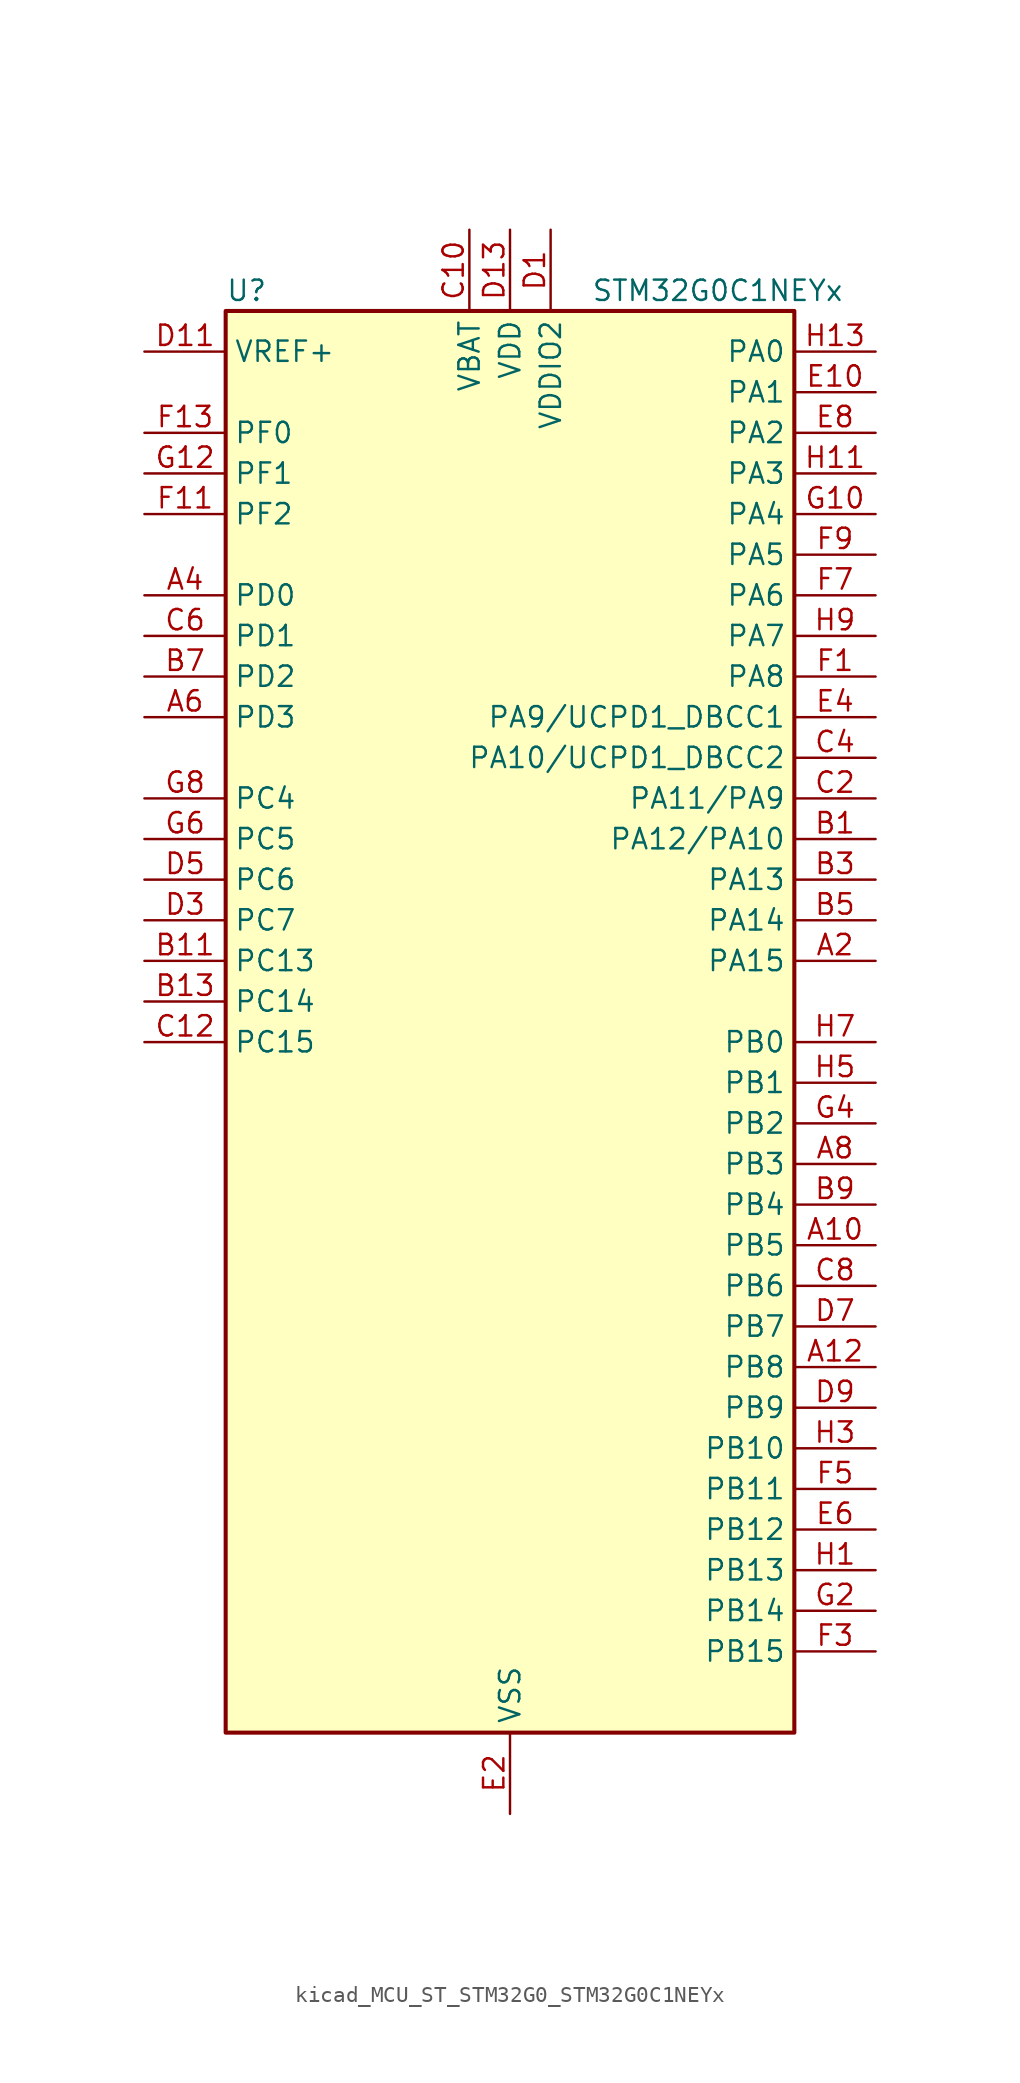
<source format=kicad_sym>
(kicad_symbol_lib
  (version 20220914)
  (generator kicad_symbol_editor)
  (symbol "kicad_MCU_ST_STM32G0_STM32G0C1NEYx"
    (property "Reference" "U"
      (at -17.78 46.99 0)
      (effects (font (size 1.27 1.27)) (justify left)))
    (property "Value" "STM32G0C1NEYx"
      (at 5.08 46.99 0)
      (effects (font (size 1.27 1.27)) (justify left)))
    (property "ki_locked" ""
      (at 0 0 0)
      (effects (font (size 1.27 1.27))))
    (symbol "kicad_MCU_ST_STM32G0_STM32G0C1NEYx_0_1"
      (rectangle (start -17.78 -43.18) (end 17.78 45.72) (stroke (width 0.254) (type default)) (fill (type background))))
    (symbol "kicad_MCU_ST_STM32G0_STM32G0C1NEYx_1_1"
      (pin bidirectional line (at 22.86 -12.7 180) (length 5.08) (name "PB5" (effects (font (size 1.27 1.27)))) (number "A10" (effects (font (size 1.27 1.27)))) (alternate "COMP2_OUT" bidirectional line) (alternate "FDCAN2_RX" bidirectional line) (alternate "I2C1_SMBA" bidirectional line) (alternate "I2S1_SD" bidirectional line) (alternate "LPTIM1_IN1" bidirectional line) (alternate "SPI1_MOSI" bidirectional line) (alternate "SPI3_MOSI" bidirectional line) (alternate "SYS_WKUP6" bidirectional line) (alternate "TIM16_BK" bidirectional line) (alternate "TIM3_CH2" bidirectional line) (alternate "USART5_CK" bidirectional line) (alternate "USART5_DE" bidirectional line) (alternate "USART5_RTS" bidirectional line))
      (pin bidirectional line (at 22.86 -20.32 180) (length 5.08) (name "PB8" (effects (font (size 1.27 1.27)))) (number "A12" (effects (font (size 1.27 1.27)))) (alternate "CEC" bidirectional line) (alternate "FDCAN1_RX" bidirectional line) (alternate "I2C1_SCL" bidirectional line) (alternate "I2S2_CK" bidirectional line) (alternate "SPI2_SCK" bidirectional line) (alternate "TIM15_BK" bidirectional line) (alternate "TIM16_CH1" bidirectional line) (alternate "TIM4_CH3" bidirectional line) (alternate "USART3_TX" bidirectional line) (alternate "USART6_TX" bidirectional line))
      (pin bidirectional line (at 22.86 5.08 180) (length 5.08) (name "PA15" (effects (font (size 1.27 1.27)))) (number "A2" (effects (font (size 1.27 1.27)))) (alternate "I2C2_SMBA" bidirectional line) (alternate "I2S1_WS" bidirectional line) (alternate "RCC_MCO_2" bidirectional line) (alternate "SPI1_NSS" bidirectional line) (alternate "SPI3_NSS" bidirectional line) (alternate "TIM2_CH1" bidirectional line) (alternate "TIM2_ETR" bidirectional line) (alternate "USART2_RX" bidirectional line) (alternate "USART3_CK" bidirectional line) (alternate "USART3_DE" bidirectional line) (alternate "USART3_RTS" bidirectional line) (alternate "USART4_CK" bidirectional line) (alternate "USART4_DE" bidirectional line) (alternate "USART4_RTS" bidirectional line) (alternate "USB_NOE" bidirectional line))
      (pin bidirectional line (at -22.86 27.94 0) (length 5.08) (name "PD0" (effects (font (size 1.27 1.27)))) (number "A4" (effects (font (size 1.27 1.27)))) (alternate "FDCAN1_RX" bidirectional line) (alternate "I2S2_WS" bidirectional line) (alternate "SPI2_NSS" bidirectional line) (alternate "TIM16_CH1" bidirectional line) (alternate "UCPD2_CC1" bidirectional line))
      (pin bidirectional line (at -22.86 20.32 0) (length 5.08) (name "PD3" (effects (font (size 1.27 1.27)))) (number "A6" (effects (font (size 1.27 1.27)))) (alternate "I2S2_MCK" bidirectional line) (alternate "SPI2_MISO" bidirectional line) (alternate "TIM1_CH2N" bidirectional line) (alternate "UCPD2_DBCC2" bidirectional line) (alternate "USART2_CTS" bidirectional line) (alternate "USART2_NSS" bidirectional line) (alternate "USART5_TX" bidirectional line))
      (pin bidirectional line (at 22.86 -7.62 180) (length 5.08) (name "PB3" (effects (font (size 1.27 1.27)))) (number "A8" (effects (font (size 1.27 1.27)))) (alternate "COMP2_INM" bidirectional line) (alternate "I2C2_SCL" bidirectional line) (alternate "I2C3_SCL" bidirectional line) (alternate "I2S1_CK" bidirectional line) (alternate "SPI1_SCK" bidirectional line) (alternate "SPI3_SCK" bidirectional line) (alternate "TIM1_CH2" bidirectional line) (alternate "TIM2_CH2" bidirectional line) (alternate "USART1_CK" bidirectional line) (alternate "USART1_DE" bidirectional line) (alternate "USART1_RTS" bidirectional line) (alternate "USART5_TX" bidirectional line))
      (pin bidirectional line (at 22.86 12.7 180) (length 5.08) (name "PA12/PA10" (effects (font (size 1.27 1.27)))) (number "B1" (effects (font (size 1.27 1.27)))) (alternate "COMP2_OUT" bidirectional line) (alternate "FDCAN1_TX" bidirectional line) (alternate "I2C2_SDA" bidirectional line) (alternate "I2S1_SD" bidirectional line) (alternate "I2S_CKIN" bidirectional line) (alternate "SPI1_MOSI" bidirectional line) (alternate "TIM1_ETR" bidirectional line) (alternate "USART1_CK" bidirectional line) (alternate "USART1_DE" bidirectional line) (alternate "USART1_RTS" bidirectional line) (alternate "USB_DP" bidirectional line))
      (pin bidirectional line (at -22.86 5.08 0) (length 5.08) (name "PC13" (effects (font (size 1.27 1.27)))) (number "B11" (effects (font (size 1.27 1.27)))) (alternate "RTC_OUT1" bidirectional line) (alternate "RTC_TAMP_IN1" bidirectional line) (alternate "RTC_TS" bidirectional line) (alternate "SYS_WKUP2" bidirectional line) (alternate "TIM1_BK" bidirectional line))
      (pin bidirectional line (at -22.86 2.54 0) (length 5.08) (name "PC14" (effects (font (size 1.27 1.27)))) (number "B13" (effects (font (size 1.27 1.27)))) (alternate "RCC_OSC32_IN" bidirectional line) (alternate "TIM1_BK2" bidirectional line))
      (pin bidirectional line (at 22.86 10.16 180) (length 5.08) (name "PA13" (effects (font (size 1.27 1.27)))) (number "B3" (effects (font (size 1.27 1.27)))) (alternate "IR_OUT" bidirectional line) (alternate "LPUART2_RX" bidirectional line) (alternate "SYS_SWDIO" bidirectional line) (alternate "USB_NOE" bidirectional line))
      (pin bidirectional line (at 22.86 7.62 180) (length 5.08) (name "PA14" (effects (font (size 1.27 1.27)))) (number "B5" (effects (font (size 1.27 1.27)))) (alternate "LPUART2_TX" bidirectional line) (alternate "SYS_SWCLK" bidirectional line) (alternate "USART2_TX" bidirectional line))
      (pin bidirectional line (at -22.86 22.86 0) (length 5.08) (name "PD2" (effects (font (size 1.27 1.27)))) (number "B7" (effects (font (size 1.27 1.27)))) (alternate "TIM1_CH1N" bidirectional line) (alternate "TIM3_ETR" bidirectional line) (alternate "UCPD2_CC2" bidirectional line) (alternate "USART3_CK" bidirectional line) (alternate "USART3_DE" bidirectional line) (alternate "USART3_RTS" bidirectional line) (alternate "USART5_RX" bidirectional line))
      (pin bidirectional line (at 22.86 -10.16 180) (length 5.08) (name "PB4" (effects (font (size 1.27 1.27)))) (number "B9" (effects (font (size 1.27 1.27)))) (alternate "COMP2_INP" bidirectional line) (alternate "I2C2_SDA" bidirectional line) (alternate "I2C3_SDA" bidirectional line) (alternate "I2S1_MCK" bidirectional line) (alternate "SPI1_MISO" bidirectional line) (alternate "SPI3_MISO" bidirectional line) (alternate "TIM17_BK" bidirectional line) (alternate "TIM3_CH1" bidirectional line) (alternate "USART1_CTS" bidirectional line) (alternate "USART1_NSS" bidirectional line) (alternate "USART5_RX" bidirectional line))
      (pin power_in line (at -2.54 50.8 270) (length 5.08) (name "VBAT" (effects (font (size 1.27 1.27)))) (number "C10" (effects (font (size 1.27 1.27)))))
      (pin bidirectional line (at -22.86 0 0) (length 5.08) (name "PC15" (effects (font (size 1.27 1.27)))) (number "C12" (effects (font (size 1.27 1.27)))) (alternate "RCC_OSC32_EN" bidirectional line) (alternate "RCC_OSC32_OUT" bidirectional line) (alternate "RCC_OSC_EN" bidirectional line) (alternate "TIM15_BK" bidirectional line))
      (pin bidirectional line (at 22.86 15.24 180) (length 5.08) (name "PA11/PA9" (effects (font (size 1.27 1.27)))) (number "C2" (effects (font (size 1.27 1.27)))) (alternate "ADC1_EXTI11" bidirectional line) (alternate "COMP1_OUT" bidirectional line) (alternate "FDCAN1_RX" bidirectional line) (alternate "I2C2_SCL" bidirectional line) (alternate "I2S1_MCK" bidirectional line) (alternate "SPI1_MISO" bidirectional line) (alternate "TIM1_BK2" bidirectional line) (alternate "TIM1_CH4" bidirectional line) (alternate "USART1_CTS" bidirectional line) (alternate "USART1_NSS" bidirectional line) (alternate "USB_DM" bidirectional line))
      (pin bidirectional line (at 22.86 17.78 180) (length 5.08) (name "PA10/UCPD1_DBCC2" (effects (font (size 1.27 1.27)))) (number "C4" (effects (font (size 1.27 1.27)))) (alternate "I2C1_SDA" bidirectional line) (alternate "I2C2_SDA" bidirectional line) (alternate "I2S2_SD" bidirectional line) (alternate "RCC_MCO_2" bidirectional line) (alternate "SPI2_MOSI" bidirectional line) (alternate "TIM17_BK" bidirectional line) (alternate "TIM1_CH3" bidirectional line) (alternate "UCPD1_DBCC2" bidirectional line) (alternate "USART1_RX" bidirectional line))
      (pin bidirectional line (at -22.86 25.4 0) (length 5.08) (name "PD1" (effects (font (size 1.27 1.27)))) (number "C6" (effects (font (size 1.27 1.27)))) (alternate "FDCAN1_TX" bidirectional line) (alternate "I2S2_CK" bidirectional line) (alternate "SPI2_SCK" bidirectional line) (alternate "TIM17_CH1" bidirectional line) (alternate "UCPD2_DBCC1" bidirectional line))
      (pin bidirectional line (at 22.86 -15.24 180) (length 5.08) (name "PB6" (effects (font (size 1.27 1.27)))) (number "C8" (effects (font (size 1.27 1.27)))) (alternate "COMP2_INP" bidirectional line) (alternate "FDCAN2_TX" bidirectional line) (alternate "I2C1_SCL" bidirectional line) (alternate "I2S2_MCK" bidirectional line) (alternate "LPTIM1_ETR" bidirectional line) (alternate "LPUART2_TX" bidirectional line) (alternate "SPI2_MISO" bidirectional line) (alternate "TIM16_CH1N" bidirectional line) (alternate "TIM1_CH3" bidirectional line) (alternate "TIM4_CH1" bidirectional line) (alternate "USART1_TX" bidirectional line) (alternate "USART5_CTS" bidirectional line) (alternate "USART5_NSS" bidirectional line))
      (pin power_in line (at 2.54 50.8 270) (length 5.08) (name "VDDIO2" (effects (font (size 1.27 1.27)))) (number "D1" (effects (font (size 1.27 1.27)))))
      (pin input line (at -22.86 43.18 0) (length 5.08) (name "VREF+" (effects (font (size 1.27 1.27)))) (number "D11" (effects (font (size 1.27 1.27)))) (alternate "VREFBUF_OUT" bidirectional line))
      (pin power_in line (at 0 50.8 270) (length 5.08) (name "VDD" (effects (font (size 1.27 1.27)))) (number "D13" (effects (font (size 1.27 1.27)))))
      (pin bidirectional line (at -22.86 7.62 0) (length 5.08) (name "PC7" (effects (font (size 1.27 1.27)))) (number "D3" (effects (font (size 1.27 1.27)))) (alternate "LPUART2_RX" bidirectional line) (alternate "TIM2_CH4" bidirectional line) (alternate "TIM3_CH2" bidirectional line) (alternate "UCPD2_FRSTX1" bidirectional line) (alternate "UCPD2_FRSTX2" bidirectional line))
      (pin bidirectional line (at -22.86 10.16 0) (length 5.08) (name "PC6" (effects (font (size 1.27 1.27)))) (number "D5" (effects (font (size 1.27 1.27)))) (alternate "LPUART2_TX" bidirectional line) (alternate "TIM2_CH3" bidirectional line) (alternate "TIM3_CH1" bidirectional line) (alternate "UCPD1_FRSTX1" bidirectional line) (alternate "UCPD1_FRSTX2" bidirectional line))
      (pin bidirectional line (at 22.86 -17.78 180) (length 5.08) (name "PB7" (effects (font (size 1.27 1.27)))) (number "D7" (effects (font (size 1.27 1.27)))) (alternate "COMP2_INM" bidirectional line) (alternate "I2C1_SDA" bidirectional line) (alternate "I2S2_SD" bidirectional line) (alternate "LPTIM1_IN2" bidirectional line) (alternate "LPUART2_RX" bidirectional line) (alternate "SPI2_MOSI" bidirectional line) (alternate "SYS_PVD_IN" bidirectional line) (alternate "TIM17_CH1N" bidirectional line) (alternate "TIM4_CH2" bidirectional line) (alternate "USART1_RX" bidirectional line) (alternate "USART4_CTS" bidirectional line) (alternate "USART4_NSS" bidirectional line))
      (pin bidirectional line (at 22.86 -22.86 180) (length 5.08) (name "PB9" (effects (font (size 1.27 1.27)))) (number "D9" (effects (font (size 1.27 1.27)))) (alternate "DAC1_EXTI9" bidirectional line) (alternate "FDCAN1_TX" bidirectional line) (alternate "I2C1_SDA" bidirectional line) (alternate "I2S2_WS" bidirectional line) (alternate "IR_OUT" bidirectional line) (alternate "SPI2_NSS" bidirectional line) (alternate "TIM17_CH1" bidirectional line) (alternate "TIM4_CH4" bidirectional line) (alternate "UCPD2_FRSTX1" bidirectional line) (alternate "UCPD2_FRSTX2" bidirectional line) (alternate "USART3_RX" bidirectional line) (alternate "USART6_RX" bidirectional line))
      (pin bidirectional line (at 22.86 40.64 180) (length 5.08) (name "PA1" (effects (font (size 1.27 1.27)))) (number "E10" (effects (font (size 1.27 1.27)))) (alternate "ADC1_IN1" bidirectional line) (alternate "COMP1_INP" bidirectional line) (alternate "I2C1_SMBA" bidirectional line) (alternate "I2S1_CK" bidirectional line) (alternate "SPI1_SCK" bidirectional line) (alternate "TIM15_CH1N" bidirectional line) (alternate "TIM2_CH2" bidirectional line) (alternate "USART2_CK" bidirectional line) (alternate "USART2_DE" bidirectional line) (alternate "USART2_RTS" bidirectional line) (alternate "USART4_RX" bidirectional line))
      (pin passive line (at 0 -48.26 90) (length 5.08) hide (name "VSS" (effects (font (size 1.27 1.27)))) (number "E12" (effects (font (size 1.27 1.27)))))
      (pin power_in line (at 0 -48.26 90) (length 5.08) (name "VSS" (effects (font (size 1.27 1.27)))) (number "E2" (effects (font (size 1.27 1.27)))))
      (pin bidirectional line (at 22.86 20.32 180) (length 5.08) (name "PA9/UCPD1_DBCC1" (effects (font (size 1.27 1.27)))) (number "E4" (effects (font (size 1.27 1.27)))) (alternate "DAC1_EXTI9" bidirectional line) (alternate "I2C1_SCL" bidirectional line) (alternate "I2C2_SCL" bidirectional line) (alternate "I2S2_MCK" bidirectional line) (alternate "RCC_MCO" bidirectional line) (alternate "SPI2_MISO" bidirectional line) (alternate "TIM15_BK" bidirectional line) (alternate "TIM1_CH2" bidirectional line) (alternate "UCPD1_DBCC1" bidirectional line) (alternate "USART1_TX" bidirectional line))
      (pin bidirectional line (at 22.86 -30.48 180) (length 5.08) (name "PB12" (effects (font (size 1.27 1.27)))) (number "E6" (effects (font (size 1.27 1.27)))) (alternate "ADC1_IN16" bidirectional line) (alternate "FDCAN2_RX" bidirectional line) (alternate "I2C2_SMBA" bidirectional line) (alternate "I2S2_WS" bidirectional line) (alternate "LPUART1_DE" bidirectional line) (alternate "LPUART1_RTS" bidirectional line) (alternate "SPI2_NSS" bidirectional line) (alternate "TIM15_BK" bidirectional line) (alternate "TIM1_BK" bidirectional line) (alternate "UCPD2_FRSTX1" bidirectional line) (alternate "UCPD2_FRSTX2" bidirectional line))
      (pin bidirectional line (at 22.86 38.1 180) (length 5.08) (name "PA2" (effects (font (size 1.27 1.27)))) (number "E8" (effects (font (size 1.27 1.27)))) (alternate "ADC1_IN2" bidirectional line) (alternate "COMP2_INM" bidirectional line) (alternate "COMP2_OUT" bidirectional line) (alternate "I2S1_SD" bidirectional line) (alternate "LPUART1_TX" bidirectional line) (alternate "RCC_LSCO" bidirectional line) (alternate "SPI1_MOSI" bidirectional line) (alternate "SYS_WKUP4" bidirectional line) (alternate "TIM15_CH1" bidirectional line) (alternate "TIM2_CH3" bidirectional line) (alternate "UCPD1_FRSTX1" bidirectional line) (alternate "UCPD1_FRSTX2" bidirectional line) (alternate "USART2_TX" bidirectional line))
      (pin bidirectional line (at 22.86 22.86 180) (length 5.08) (name "PA8" (effects (font (size 1.27 1.27)))) (number "F1" (effects (font (size 1.27 1.27)))) (alternate "CRS1_SYNC" bidirectional line) (alternate "I2C2_SMBA" bidirectional line) (alternate "I2S2_WS" bidirectional line) (alternate "LPTIM2_OUT" bidirectional line) (alternate "RCC_MCO" bidirectional line) (alternate "SPI2_NSS" bidirectional line) (alternate "TIM1_CH1" bidirectional line) (alternate "UCPD1_CC1" bidirectional line))
      (pin bidirectional line (at -22.86 33.02 0) (length 5.08) (name "PF2" (effects (font (size 1.27 1.27)))) (number "F11" (effects (font (size 1.27 1.27)))) (alternate "LPUART2_DE" bidirectional line) (alternate "LPUART2_RTS" bidirectional line) (alternate "LPUART2_TX" bidirectional line) (alternate "RCC_MCO" bidirectional line))
      (pin bidirectional line (at -22.86 38.1 0) (length 5.08) (name "PF0" (effects (font (size 1.27 1.27)))) (number "F13" (effects (font (size 1.27 1.27)))) (alternate "CRS1_SYNC" bidirectional line) (alternate "RCC_OSC_IN" bidirectional line) (alternate "TIM14_CH1" bidirectional line))
      (pin bidirectional line (at 22.86 -38.1 180) (length 5.08) (name "PB15" (effects (font (size 1.27 1.27)))) (number "F3" (effects (font (size 1.27 1.27)))) (alternate "I2S2_SD" bidirectional line) (alternate "RTC_REFIN" bidirectional line) (alternate "SPI2_MOSI" bidirectional line) (alternate "TIM15_CH1N" bidirectional line) (alternate "TIM15_CH2" bidirectional line) (alternate "TIM1_CH3N" bidirectional line) (alternate "UCPD1_CC2" bidirectional line) (alternate "USART6_CTS" bidirectional line) (alternate "USART6_NSS" bidirectional line))
      (pin bidirectional line (at 22.86 -27.94 180) (length 5.08) (name "PB11" (effects (font (size 1.27 1.27)))) (number "F5" (effects (font (size 1.27 1.27)))) (alternate "ADC1_EXTI11" bidirectional line) (alternate "ADC1_IN15" bidirectional line) (alternate "COMP2_OUT" bidirectional line) (alternate "I2C2_SDA" bidirectional line) (alternate "I2S2_SD" bidirectional line) (alternate "LPUART1_TX" bidirectional line) (alternate "SPI2_MOSI" bidirectional line) (alternate "TIM2_CH4" bidirectional line) (alternate "USART3_RX" bidirectional line))
      (pin bidirectional line (at 22.86 27.94 180) (length 5.08) (name "PA6" (effects (font (size 1.27 1.27)))) (number "F7" (effects (font (size 1.27 1.27)))) (alternate "ADC1_IN6" bidirectional line) (alternate "COMP1_OUT" bidirectional line) (alternate "I2C2_SDA" bidirectional line) (alternate "I2C3_SDA" bidirectional line) (alternate "I2S1_MCK" bidirectional line) (alternate "LPUART1_CTS" bidirectional line) (alternate "SPI1_MISO" bidirectional line) (alternate "TIM16_CH1" bidirectional line) (alternate "TIM1_BK" bidirectional line) (alternate "TIM3_CH1" bidirectional line) (alternate "USART3_CTS" bidirectional line) (alternate "USART3_NSS" bidirectional line) (alternate "USART6_CTS" bidirectional line) (alternate "USART6_NSS" bidirectional line))
      (pin bidirectional line (at 22.86 30.48 180) (length 5.08) (name "PA5" (effects (font (size 1.27 1.27)))) (number "F9" (effects (font (size 1.27 1.27)))) (alternate "ADC1_IN5" bidirectional line) (alternate "CEC" bidirectional line) (alternate "DAC1_OUT2" bidirectional line) (alternate "I2S1_CK" bidirectional line) (alternate "LPTIM2_ETR" bidirectional line) (alternate "SPI1_SCK" bidirectional line) (alternate "TIM2_CH1" bidirectional line) (alternate "TIM2_ETR" bidirectional line) (alternate "UCPD1_FRSTX1" bidirectional line) (alternate "UCPD1_FRSTX2" bidirectional line) (alternate "USART3_TX" bidirectional line) (alternate "USART6_RX" bidirectional line))
      (pin bidirectional line (at 22.86 33.02 180) (length 5.08) (name "PA4" (effects (font (size 1.27 1.27)))) (number "G10" (effects (font (size 1.27 1.27)))) (alternate "ADC1_IN4" bidirectional line) (alternate "DAC1_OUT1" bidirectional line) (alternate "I2S1_WS" bidirectional line) (alternate "I2S2_SD" bidirectional line) (alternate "LPTIM2_OUT" bidirectional line) (alternate "RTC_OUT2" bidirectional line) (alternate "SPI1_NSS" bidirectional line) (alternate "SPI2_MOSI" bidirectional line) (alternate "SPI3_NSS" bidirectional line) (alternate "TIM14_CH1" bidirectional line) (alternate "UCPD2_FRSTX1" bidirectional line) (alternate "UCPD2_FRSTX2" bidirectional line) (alternate "USART6_TX" bidirectional line) (alternate "USB_NOE" bidirectional line))
      (pin bidirectional line (at -22.86 35.56 0) (length 5.08) (name "PF1" (effects (font (size 1.27 1.27)))) (number "G12" (effects (font (size 1.27 1.27)))) (alternate "RCC_OSC_EN" bidirectional line) (alternate "RCC_OSC_OUT" bidirectional line) (alternate "TIM15_CH1N" bidirectional line))
      (pin bidirectional line (at 22.86 -35.56 180) (length 5.08) (name "PB14" (effects (font (size 1.27 1.27)))) (number "G2" (effects (font (size 1.27 1.27)))) (alternate "I2C2_SDA" bidirectional line) (alternate "I2S2_MCK" bidirectional line) (alternate "SPI2_MISO" bidirectional line) (alternate "TIM15_CH1" bidirectional line) (alternate "TIM1_CH2N" bidirectional line) (alternate "UCPD1_FRSTX1" bidirectional line) (alternate "UCPD1_FRSTX2" bidirectional line) (alternate "USART3_CK" bidirectional line) (alternate "USART3_DE" bidirectional line) (alternate "USART3_RTS" bidirectional line) (alternate "USART6_CK" bidirectional line) (alternate "USART6_DE" bidirectional line) (alternate "USART6_RTS" bidirectional line))
      (pin bidirectional line (at 22.86 -5.08 180) (length 5.08) (name "PB2" (effects (font (size 1.27 1.27)))) (number "G4" (effects (font (size 1.27 1.27)))) (alternate "ADC1_IN10" bidirectional line) (alternate "COMP1_INP" bidirectional line) (alternate "COMP3_INM" bidirectional line) (alternate "I2S2_MCK" bidirectional line) (alternate "LPTIM1_OUT" bidirectional line) (alternate "RCC_MCO_2" bidirectional line) (alternate "SPI2_MISO" bidirectional line) (alternate "USART3_TX" bidirectional line))
      (pin bidirectional line (at -22.86 12.7 0) (length 5.08) (name "PC5" (effects (font (size 1.27 1.27)))) (number "G6" (effects (font (size 1.27 1.27)))) (alternate "ADC1_IN18" bidirectional line) (alternate "COMP1_INP" bidirectional line) (alternate "FDCAN1_TX" bidirectional line) (alternate "SYS_WKUP5" bidirectional line) (alternate "TIM2_CH2" bidirectional line) (alternate "USART1_RX" bidirectional line) (alternate "USART3_RX" bidirectional line))
      (pin bidirectional line (at -22.86 15.24 0) (length 5.08) (name "PC4" (effects (font (size 1.27 1.27)))) (number "G8" (effects (font (size 1.27 1.27)))) (alternate "ADC1_IN17" bidirectional line) (alternate "COMP1_INM" bidirectional line) (alternate "FDCAN1_RX" bidirectional line) (alternate "TIM2_CH1" bidirectional line) (alternate "TIM2_ETR" bidirectional line) (alternate "USART1_TX" bidirectional line) (alternate "USART3_TX" bidirectional line))
      (pin bidirectional line (at 22.86 -33.02 180) (length 5.08) (name "PB13" (effects (font (size 1.27 1.27)))) (number "H1" (effects (font (size 1.27 1.27)))) (alternate "FDCAN2_TX" bidirectional line) (alternate "I2C2_SCL" bidirectional line) (alternate "I2S2_CK" bidirectional line) (alternate "LPUART1_CTS" bidirectional line) (alternate "SPI2_SCK" bidirectional line) (alternate "TIM15_CH1N" bidirectional line) (alternate "TIM1_CH1N" bidirectional line) (alternate "USART3_CTS" bidirectional line) (alternate "USART3_NSS" bidirectional line))
      (pin bidirectional line (at 22.86 35.56 180) (length 5.08) (name "PA3" (effects (font (size 1.27 1.27)))) (number "H11" (effects (font (size 1.27 1.27)))) (alternate "ADC1_IN3" bidirectional line) (alternate "COMP2_INP" bidirectional line) (alternate "I2S2_MCK" bidirectional line) (alternate "LPUART1_RX" bidirectional line) (alternate "SPI2_MISO" bidirectional line) (alternate "TIM15_CH2" bidirectional line) (alternate "TIM2_CH4" bidirectional line) (alternate "UCPD2_FRSTX1" bidirectional line) (alternate "UCPD2_FRSTX2" bidirectional line) (alternate "USART2_RX" bidirectional line))
      (pin bidirectional line (at 22.86 43.18 180) (length 5.08) (name "PA0" (effects (font (size 1.27 1.27)))) (number "H13" (effects (font (size 1.27 1.27)))) (alternate "ADC1_IN0" bidirectional line) (alternate "COMP1_INM" bidirectional line) (alternate "COMP1_OUT" bidirectional line) (alternate "I2S2_CK" bidirectional line) (alternate "LPTIM1_OUT" bidirectional line) (alternate "RTC_TAMP_IN2" bidirectional line) (alternate "SPI2_SCK" bidirectional line) (alternate "SYS_WKUP1" bidirectional line) (alternate "TIM2_CH1" bidirectional line) (alternate "TIM2_ETR" bidirectional line) (alternate "UCPD2_FRSTX1" bidirectional line) (alternate "UCPD2_FRSTX2" bidirectional line) (alternate "USART2_CTS" bidirectional line) (alternate "USART2_NSS" bidirectional line) (alternate "USART4_TX" bidirectional line))
      (pin bidirectional line (at 22.86 -25.4 180) (length 5.08) (name "PB10" (effects (font (size 1.27 1.27)))) (number "H3" (effects (font (size 1.27 1.27)))) (alternate "ADC1_IN11" bidirectional line) (alternate "CEC" bidirectional line) (alternate "COMP1_OUT" bidirectional line) (alternate "I2C2_SCL" bidirectional line) (alternate "I2S2_CK" bidirectional line) (alternate "LPUART1_RX" bidirectional line) (alternate "SPI2_SCK" bidirectional line) (alternate "TIM2_CH3" bidirectional line) (alternate "USART3_TX" bidirectional line))
      (pin bidirectional line (at 22.86 -2.54 180) (length 5.08) (name "PB1" (effects (font (size 1.27 1.27)))) (number "H5" (effects (font (size 1.27 1.27)))) (alternate "ADC1_IN9" bidirectional line) (alternate "COMP1_INM" bidirectional line) (alternate "COMP3_OUT" bidirectional line) (alternate "FDCAN2_TX" bidirectional line) (alternate "LPTIM2_IN1" bidirectional line) (alternate "LPUART1_DE" bidirectional line) (alternate "LPUART1_RTS" bidirectional line) (alternate "LPUART2_DE" bidirectional line) (alternate "LPUART2_RTS" bidirectional line) (alternate "TIM14_CH1" bidirectional line) (alternate "TIM1_CH3N" bidirectional line) (alternate "TIM3_CH4" bidirectional line) (alternate "USART3_CK" bidirectional line) (alternate "USART3_DE" bidirectional line) (alternate "USART3_RTS" bidirectional line) (alternate "USART5_RX" bidirectional line))
      (pin bidirectional line (at 22.86 0 180) (length 5.08) (name "PB0" (effects (font (size 1.27 1.27)))) (number "H7" (effects (font (size 1.27 1.27)))) (alternate "ADC1_IN8" bidirectional line) (alternate "COMP1_OUT" bidirectional line) (alternate "COMP3_INP" bidirectional line) (alternate "FDCAN2_RX" bidirectional line) (alternate "I2S1_WS" bidirectional line) (alternate "LPTIM1_OUT" bidirectional line) (alternate "LPUART2_CTS" bidirectional line) (alternate "SPI1_NSS" bidirectional line) (alternate "TIM1_CH2N" bidirectional line) (alternate "TIM3_CH3" bidirectional line) (alternate "UCPD1_FRSTX1" bidirectional line) (alternate "UCPD1_FRSTX2" bidirectional line) (alternate "USART3_RX" bidirectional line) (alternate "USART5_TX" bidirectional line))
      (pin bidirectional line (at 22.86 25.4 180) (length 5.08) (name "PA7" (effects (font (size 1.27 1.27)))) (number "H9" (effects (font (size 1.27 1.27)))) (alternate "ADC1_IN7" bidirectional line) (alternate "COMP2_OUT" bidirectional line) (alternate "I2C2_SCL" bidirectional line) (alternate "I2C3_SCL" bidirectional line) (alternate "I2S1_SD" bidirectional line) (alternate "SPI1_MOSI" bidirectional line) (alternate "TIM14_CH1" bidirectional line) (alternate "TIM17_CH1" bidirectional line) (alternate "TIM1_CH1N" bidirectional line) (alternate "TIM3_CH2" bidirectional line) (alternate "UCPD1_FRSTX1" bidirectional line) (alternate "UCPD1_FRSTX2" bidirectional line) (alternate "USART6_CK" bidirectional line) (alternate "USART6_DE" bidirectional line) (alternate "USART6_RTS" bidirectional line)))))
</source>
